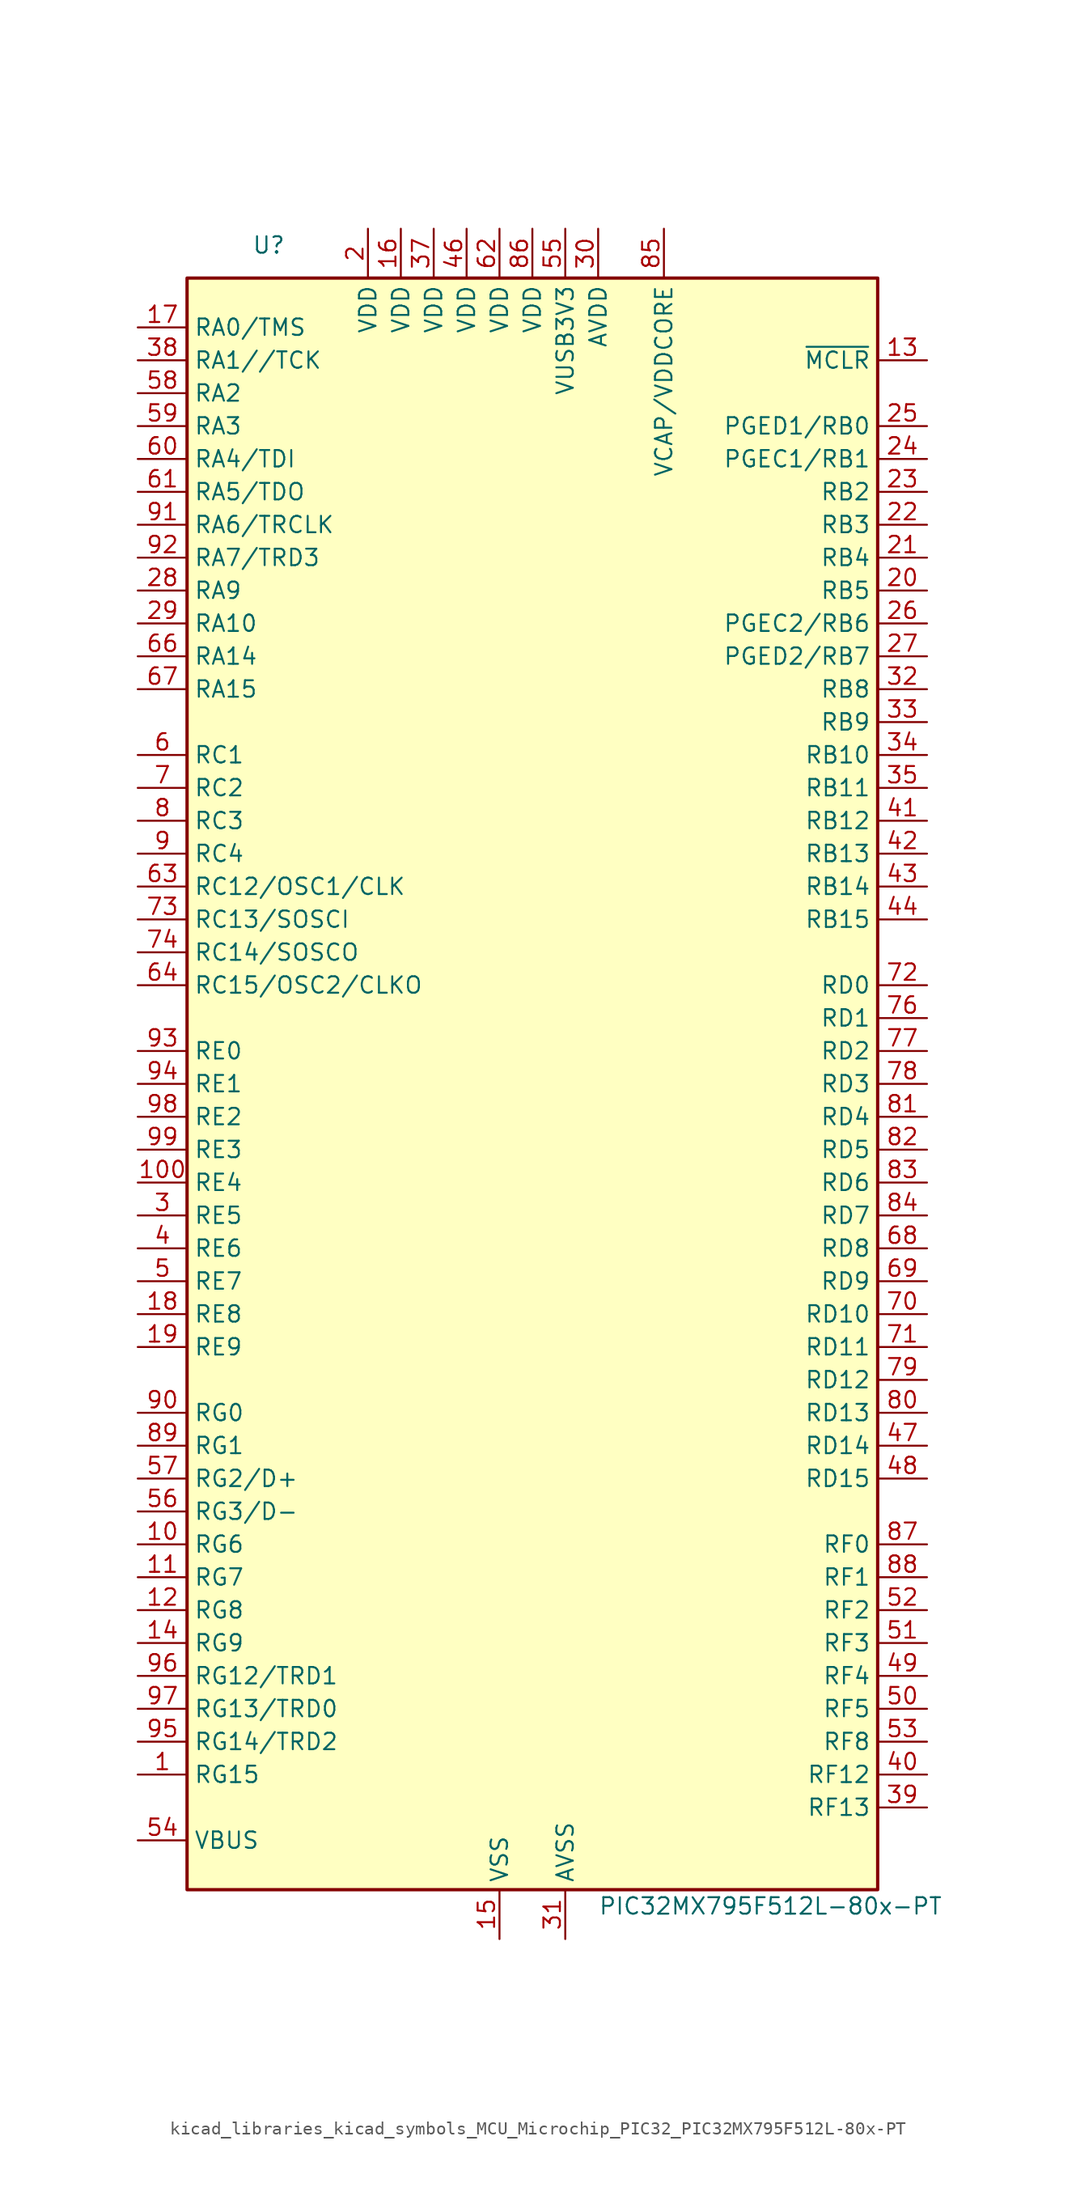
<source format=kicad_sym>
(kicad_symbol_lib
  (version 20220914)
  (generator kicad_symbol_editor)
  (symbol "kicad_libraries_kicad_symbols_MCU_Microchip_PIC32_PIC32MX795F512L-80x-PT"
    (property "Reference" "U"
      (at -19.05 64.77 0)
      (effects (font (size 1.27 1.27)) (justify right)))
    (property "Value" "PIC32MX795F512L-80x-PT"
      (at 5.08 -63.5 0)
      (effects (font (size 1.27 1.27)) (justify left)))
    (symbol "kicad_libraries_kicad_symbols_MCU_Microchip_PIC32_PIC32MX795F512L-80x-PT_1_1"
      (rectangle (start -26.67 62.23) (end 26.67 -62.23) (stroke (width 0.254) (type default)) (fill (type background)))
      (pin bidirectional line (at -30.48 -53.34 0) (length 3.81) (name "RG15" (effects (font (size 1.27 1.27)))) (number "1" (effects (font (size 1.27 1.27)))))
      (pin bidirectional line (at -30.48 -35.56 0) (length 3.81) (name "RG6" (effects (font (size 1.27 1.27)))) (number "10" (effects (font (size 1.27 1.27)))))
      (pin bidirectional line (at -30.48 -7.62 0) (length 3.81) (name "RE4" (effects (font (size 1.27 1.27)))) (number "100" (effects (font (size 1.27 1.27)))))
      (pin bidirectional line (at -30.48 -38.1 0) (length 3.81) (name "RG7" (effects (font (size 1.27 1.27)))) (number "11" (effects (font (size 1.27 1.27)))))
      (pin bidirectional line (at -30.48 -40.64 0) (length 3.81) (name "RG8" (effects (font (size 1.27 1.27)))) (number "12" (effects (font (size 1.27 1.27)))))
      (pin input line (at 30.48 55.88 180) (length 3.81) (name "~{MCLR}" (effects (font (size 1.27 1.27)))) (number "13" (effects (font (size 1.27 1.27)))))
      (pin bidirectional line (at -30.48 -43.18 0) (length 3.81) (name "RG9" (effects (font (size 1.27 1.27)))) (number "14" (effects (font (size 1.27 1.27)))))
      (pin power_in line (at -2.54 -66.04 90) (length 3.81) (name "VSS" (effects (font (size 1.27 1.27)))) (number "15" (effects (font (size 1.27 1.27)))))
      (pin power_in line (at -10.16 66.04 270) (length 3.81) (name "VDD" (effects (font (size 1.27 1.27)))) (number "16" (effects (font (size 1.27 1.27)))))
      (pin bidirectional line (at -30.48 58.42 0) (length 3.81) (name "RA0/TMS" (effects (font (size 1.27 1.27)))) (number "17" (effects (font (size 1.27 1.27)))))
      (pin bidirectional line (at -30.48 -17.78 0) (length 3.81) (name "RE8" (effects (font (size 1.27 1.27)))) (number "18" (effects (font (size 1.27 1.27)))))
      (pin bidirectional line (at -30.48 -20.32 0) (length 3.81) (name "RE9" (effects (font (size 1.27 1.27)))) (number "19" (effects (font (size 1.27 1.27)))))
      (pin power_in line (at -12.7 66.04 270) (length 3.81) (name "VDD" (effects (font (size 1.27 1.27)))) (number "2" (effects (font (size 1.27 1.27)))))
      (pin bidirectional line (at 30.48 38.1 180) (length 3.81) (name "RB5" (effects (font (size 1.27 1.27)))) (number "20" (effects (font (size 1.27 1.27)))))
      (pin bidirectional line (at 30.48 40.64 180) (length 3.81) (name "RB4" (effects (font (size 1.27 1.27)))) (number "21" (effects (font (size 1.27 1.27)))))
      (pin bidirectional line (at 30.48 43.18 180) (length 3.81) (name "RB3" (effects (font (size 1.27 1.27)))) (number "22" (effects (font (size 1.27 1.27)))))
      (pin bidirectional line (at 30.48 45.72 180) (length 3.81) (name "RB2" (effects (font (size 1.27 1.27)))) (number "23" (effects (font (size 1.27 1.27)))))
      (pin bidirectional line (at 30.48 48.26 180) (length 3.81) (name "PGEC1/RB1" (effects (font (size 1.27 1.27)))) (number "24" (effects (font (size 1.27 1.27)))))
      (pin bidirectional line (at 30.48 50.8 180) (length 3.81) (name "PGED1/RB0" (effects (font (size 1.27 1.27)))) (number "25" (effects (font (size 1.27 1.27)))))
      (pin bidirectional line (at 30.48 35.56 180) (length 3.81) (name "PGEC2/RB6" (effects (font (size 1.27 1.27)))) (number "26" (effects (font (size 1.27 1.27)))))
      (pin bidirectional line (at 30.48 33.02 180) (length 3.81) (name "PGED2/RB7" (effects (font (size 1.27 1.27)))) (number "27" (effects (font (size 1.27 1.27)))))
      (pin bidirectional line (at -30.48 38.1 0) (length 3.81) (name "RA9" (effects (font (size 1.27 1.27)))) (number "28" (effects (font (size 1.27 1.27)))))
      (pin bidirectional line (at -30.48 35.56 0) (length 3.81) (name "RA10" (effects (font (size 1.27 1.27)))) (number "29" (effects (font (size 1.27 1.27)))))
      (pin bidirectional line (at -30.48 -10.16 0) (length 3.81) (name "RE5" (effects (font (size 1.27 1.27)))) (number "3" (effects (font (size 1.27 1.27)))))
      (pin power_in line (at 5.08 66.04 270) (length 3.81) (name "AVDD" (effects (font (size 1.27 1.27)))) (number "30" (effects (font (size 1.27 1.27)))))
      (pin power_in line (at 2.54 -66.04 90) (length 3.81) (name "AVSS" (effects (font (size 1.27 1.27)))) (number "31" (effects (font (size 1.27 1.27)))))
      (pin bidirectional line (at 30.48 30.48 180) (length 3.81) (name "RB8" (effects (font (size 1.27 1.27)))) (number "32" (effects (font (size 1.27 1.27)))))
      (pin bidirectional line (at 30.48 27.94 180) (length 3.81) (name "RB9" (effects (font (size 1.27 1.27)))) (number "33" (effects (font (size 1.27 1.27)))))
      (pin bidirectional line (at 30.48 25.4 180) (length 3.81) (name "RB10" (effects (font (size 1.27 1.27)))) (number "34" (effects (font (size 1.27 1.27)))))
      (pin bidirectional line (at 30.48 22.86 180) (length 3.81) (name "RB11" (effects (font (size 1.27 1.27)))) (number "35" (effects (font (size 1.27 1.27)))))
      (pin passive line (at -2.54 -66.04 90) (length 3.81) hide (name "VSS" (effects (font (size 1.27 1.27)))) (number "36" (effects (font (size 1.27 1.27)))))
      (pin power_in line (at -7.62 66.04 270) (length 3.81) (name "VDD" (effects (font (size 1.27 1.27)))) (number "37" (effects (font (size 1.27 1.27)))))
      (pin bidirectional line (at -30.48 55.88 0) (length 3.81) (name "RA1//TCK" (effects (font (size 1.27 1.27)))) (number "38" (effects (font (size 1.27 1.27)))))
      (pin bidirectional line (at 30.48 -55.88 180) (length 3.81) (name "RF13" (effects (font (size 1.27 1.27)))) (number "39" (effects (font (size 1.27 1.27)))))
      (pin bidirectional line (at -30.48 -12.7 0) (length 3.81) (name "RE6" (effects (font (size 1.27 1.27)))) (number "4" (effects (font (size 1.27 1.27)))))
      (pin bidirectional line (at 30.48 -53.34 180) (length 3.81) (name "RF12" (effects (font (size 1.27 1.27)))) (number "40" (effects (font (size 1.27 1.27)))))
      (pin bidirectional line (at 30.48 20.32 180) (length 3.81) (name "RB12" (effects (font (size 1.27 1.27)))) (number "41" (effects (font (size 1.27 1.27)))))
      (pin bidirectional line (at 30.48 17.78 180) (length 3.81) (name "RB13" (effects (font (size 1.27 1.27)))) (number "42" (effects (font (size 1.27 1.27)))))
      (pin bidirectional line (at 30.48 15.24 180) (length 3.81) (name "RB14" (effects (font (size 1.27 1.27)))) (number "43" (effects (font (size 1.27 1.27)))))
      (pin bidirectional line (at 30.48 12.7 180) (length 3.81) (name "RB15" (effects (font (size 1.27 1.27)))) (number "44" (effects (font (size 1.27 1.27)))))
      (pin passive line (at -2.54 -66.04 90) (length 3.81) hide (name "VSS" (effects (font (size 1.27 1.27)))) (number "45" (effects (font (size 1.27 1.27)))))
      (pin power_in line (at -5.08 66.04 270) (length 3.81) (name "VDD" (effects (font (size 1.27 1.27)))) (number "46" (effects (font (size 1.27 1.27)))))
      (pin bidirectional line (at 30.48 -27.94 180) (length 3.81) (name "RD14" (effects (font (size 1.27 1.27)))) (number "47" (effects (font (size 1.27 1.27)))))
      (pin bidirectional line (at 30.48 -30.48 180) (length 3.81) (name "RD15" (effects (font (size 1.27 1.27)))) (number "48" (effects (font (size 1.27 1.27)))))
      (pin bidirectional line (at 30.48 -45.72 180) (length 3.81) (name "RF4" (effects (font (size 1.27 1.27)))) (number "49" (effects (font (size 1.27 1.27)))))
      (pin bidirectional line (at -30.48 -15.24 0) (length 3.81) (name "RE7" (effects (font (size 1.27 1.27)))) (number "5" (effects (font (size 1.27 1.27)))))
      (pin bidirectional line (at 30.48 -48.26 180) (length 3.81) (name "RF5" (effects (font (size 1.27 1.27)))) (number "50" (effects (font (size 1.27 1.27)))))
      (pin bidirectional line (at 30.48 -43.18 180) (length 3.81) (name "RF3" (effects (font (size 1.27 1.27)))) (number "51" (effects (font (size 1.27 1.27)))))
      (pin bidirectional line (at 30.48 -40.64 180) (length 3.81) (name "RF2" (effects (font (size 1.27 1.27)))) (number "52" (effects (font (size 1.27 1.27)))))
      (pin bidirectional line (at 30.48 -50.8 180) (length 3.81) (name "RF8" (effects (font (size 1.27 1.27)))) (number "53" (effects (font (size 1.27 1.27)))))
      (pin input line (at -30.48 -58.42 0) (length 3.81) (name "VBUS" (effects (font (size 1.27 1.27)))) (number "54" (effects (font (size 1.27 1.27)))))
      (pin power_in line (at 2.54 66.04 270) (length 3.81) (name "VUSB3V3" (effects (font (size 1.27 1.27)))) (number "55" (effects (font (size 1.27 1.27)))))
      (pin bidirectional line (at -30.48 -33.02 0) (length 3.81) (name "RG3/D-" (effects (font (size 1.27 1.27)))) (number "56" (effects (font (size 1.27 1.27)))))
      (pin bidirectional line (at -30.48 -30.48 0) (length 3.81) (name "RG2/D+" (effects (font (size 1.27 1.27)))) (number "57" (effects (font (size 1.27 1.27)))))
      (pin bidirectional line (at -30.48 53.34 0) (length 3.81) (name "RA2" (effects (font (size 1.27 1.27)))) (number "58" (effects (font (size 1.27 1.27)))))
      (pin bidirectional line (at -30.48 50.8 0) (length 3.81) (name "RA3" (effects (font (size 1.27 1.27)))) (number "59" (effects (font (size 1.27 1.27)))))
      (pin bidirectional line (at -30.48 25.4 0) (length 3.81) (name "RC1" (effects (font (size 1.27 1.27)))) (number "6" (effects (font (size 1.27 1.27)))))
      (pin bidirectional line (at -30.48 48.26 0) (length 3.81) (name "RA4/TDI" (effects (font (size 1.27 1.27)))) (number "60" (effects (font (size 1.27 1.27)))))
      (pin bidirectional line (at -30.48 45.72 0) (length 3.81) (name "RA5/TDO" (effects (font (size 1.27 1.27)))) (number "61" (effects (font (size 1.27 1.27)))))
      (pin power_in line (at -2.54 66.04 270) (length 3.81) (name "VDD" (effects (font (size 1.27 1.27)))) (number "62" (effects (font (size 1.27 1.27)))))
      (pin bidirectional line (at -30.48 15.24 0) (length 3.81) (name "RC12/OSC1/CLK" (effects (font (size 1.27 1.27)))) (number "63" (effects (font (size 1.27 1.27)))))
      (pin bidirectional line (at -30.48 7.62 0) (length 3.81) (name "RC15/OSC2/CLKO" (effects (font (size 1.27 1.27)))) (number "64" (effects (font (size 1.27 1.27)))))
      (pin passive line (at -2.54 -66.04 90) (length 3.81) hide (name "VSS" (effects (font (size 1.27 1.27)))) (number "65" (effects (font (size 1.27 1.27)))))
      (pin bidirectional line (at -30.48 33.02 0) (length 3.81) (name "RA14" (effects (font (size 1.27 1.27)))) (number "66" (effects (font (size 1.27 1.27)))))
      (pin bidirectional line (at -30.48 30.48 0) (length 3.81) (name "RA15" (effects (font (size 1.27 1.27)))) (number "67" (effects (font (size 1.27 1.27)))))
      (pin bidirectional line (at 30.48 -12.7 180) (length 3.81) (name "RD8" (effects (font (size 1.27 1.27)))) (number "68" (effects (font (size 1.27 1.27)))))
      (pin bidirectional line (at 30.48 -15.24 180) (length 3.81) (name "RD9" (effects (font (size 1.27 1.27)))) (number "69" (effects (font (size 1.27 1.27)))))
      (pin bidirectional line (at -30.48 22.86 0) (length 3.81) (name "RC2" (effects (font (size 1.27 1.27)))) (number "7" (effects (font (size 1.27 1.27)))))
      (pin bidirectional line (at 30.48 -17.78 180) (length 3.81) (name "RD10" (effects (font (size 1.27 1.27)))) (number "70" (effects (font (size 1.27 1.27)))))
      (pin bidirectional line (at 30.48 -20.32 180) (length 3.81) (name "RD11" (effects (font (size 1.27 1.27)))) (number "71" (effects (font (size 1.27 1.27)))))
      (pin bidirectional line (at 30.48 7.62 180) (length 3.81) (name "RD0" (effects (font (size 1.27 1.27)))) (number "72" (effects (font (size 1.27 1.27)))))
      (pin bidirectional line (at -30.48 12.7 0) (length 3.81) (name "RC13/SOSCI" (effects (font (size 1.27 1.27)))) (number "73" (effects (font (size 1.27 1.27)))))
      (pin bidirectional line (at -30.48 10.16 0) (length 3.81) (name "RC14/SOSCO" (effects (font (size 1.27 1.27)))) (number "74" (effects (font (size 1.27 1.27)))))
      (pin passive line (at -2.54 -66.04 90) (length 3.81) hide (name "VSS" (effects (font (size 1.27 1.27)))) (number "75" (effects (font (size 1.27 1.27)))))
      (pin bidirectional line (at 30.48 5.08 180) (length 3.81) (name "RD1" (effects (font (size 1.27 1.27)))) (number "76" (effects (font (size 1.27 1.27)))))
      (pin bidirectional line (at 30.48 2.54 180) (length 3.81) (name "RD2" (effects (font (size 1.27 1.27)))) (number "77" (effects (font (size 1.27 1.27)))))
      (pin bidirectional line (at 30.48 0 180) (length 3.81) (name "RD3" (effects (font (size 1.27 1.27)))) (number "78" (effects (font (size 1.27 1.27)))))
      (pin bidirectional line (at 30.48 -22.86 180) (length 3.81) (name "RD12" (effects (font (size 1.27 1.27)))) (number "79" (effects (font (size 1.27 1.27)))))
      (pin bidirectional line (at -30.48 20.32 0) (length 3.81) (name "RC3" (effects (font (size 1.27 1.27)))) (number "8" (effects (font (size 1.27 1.27)))))
      (pin bidirectional line (at 30.48 -25.4 180) (length 3.81) (name "RD13" (effects (font (size 1.27 1.27)))) (number "80" (effects (font (size 1.27 1.27)))))
      (pin bidirectional line (at 30.48 -2.54 180) (length 3.81) (name "RD4" (effects (font (size 1.27 1.27)))) (number "81" (effects (font (size 1.27 1.27)))))
      (pin bidirectional line (at 30.48 -5.08 180) (length 3.81) (name "RD5" (effects (font (size 1.27 1.27)))) (number "82" (effects (font (size 1.27 1.27)))))
      (pin bidirectional line (at 30.48 -7.62 180) (length 3.81) (name "RD6" (effects (font (size 1.27 1.27)))) (number "83" (effects (font (size 1.27 1.27)))))
      (pin bidirectional line (at 30.48 -10.16 180) (length 3.81) (name "RD7" (effects (font (size 1.27 1.27)))) (number "84" (effects (font (size 1.27 1.27)))))
      (pin power_out line (at 10.16 66.04 270) (length 3.81) (name "VCAP/VDDCORE" (effects (font (size 1.27 1.27)))) (number "85" (effects (font (size 1.27 1.27)))))
      (pin power_in line (at 0 66.04 270) (length 3.81) (name "VDD" (effects (font (size 1.27 1.27)))) (number "86" (effects (font (size 1.27 1.27)))))
      (pin bidirectional line (at 30.48 -35.56 180) (length 3.81) (name "RF0" (effects (font (size 1.27 1.27)))) (number "87" (effects (font (size 1.27 1.27)))))
      (pin bidirectional line (at 30.48 -38.1 180) (length 3.81) (name "RF1" (effects (font (size 1.27 1.27)))) (number "88" (effects (font (size 1.27 1.27)))))
      (pin bidirectional line (at -30.48 -27.94 0) (length 3.81) (name "RG1" (effects (font (size 1.27 1.27)))) (number "89" (effects (font (size 1.27 1.27)))))
      (pin bidirectional line (at -30.48 17.78 0) (length 3.81) (name "RC4" (effects (font (size 1.27 1.27)))) (number "9" (effects (font (size 1.27 1.27)))))
      (pin bidirectional line (at -30.48 -25.4 0) (length 3.81) (name "RG0" (effects (font (size 1.27 1.27)))) (number "90" (effects (font (size 1.27 1.27)))))
      (pin bidirectional line (at -30.48 43.18 0) (length 3.81) (name "RA6/TRCLK" (effects (font (size 1.27 1.27)))) (number "91" (effects (font (size 1.27 1.27)))))
      (pin bidirectional line (at -30.48 40.64 0) (length 3.81) (name "RA7/TRD3" (effects (font (size 1.27 1.27)))) (number "92" (effects (font (size 1.27 1.27)))))
      (pin bidirectional line (at -30.48 2.54 0) (length 3.81) (name "RE0" (effects (font (size 1.27 1.27)))) (number "93" (effects (font (size 1.27 1.27)))))
      (pin bidirectional line (at -30.48 0 0) (length 3.81) (name "RE1" (effects (font (size 1.27 1.27)))) (number "94" (effects (font (size 1.27 1.27)))))
      (pin bidirectional line (at -30.48 -50.8 0) (length 3.81) (name "RG14/TRD2" (effects (font (size 1.27 1.27)))) (number "95" (effects (font (size 1.27 1.27)))))
      (pin bidirectional line (at -30.48 -45.72 0) (length 3.81) (name "RG12/TRD1" (effects (font (size 1.27 1.27)))) (number "96" (effects (font (size 1.27 1.27)))))
      (pin bidirectional line (at -30.48 -48.26 0) (length 3.81) (name "RG13/TRD0" (effects (font (size 1.27 1.27)))) (number "97" (effects (font (size 1.27 1.27)))))
      (pin bidirectional line (at -30.48 -2.54 0) (length 3.81) (name "RE2" (effects (font (size 1.27 1.27)))) (number "98" (effects (font (size 1.27 1.27)))))
      (pin bidirectional line (at -30.48 -5.08 0) (length 3.81) (name "RE3" (effects (font (size 1.27 1.27)))) (number "99" (effects (font (size 1.27 1.27))))))))
</source>
